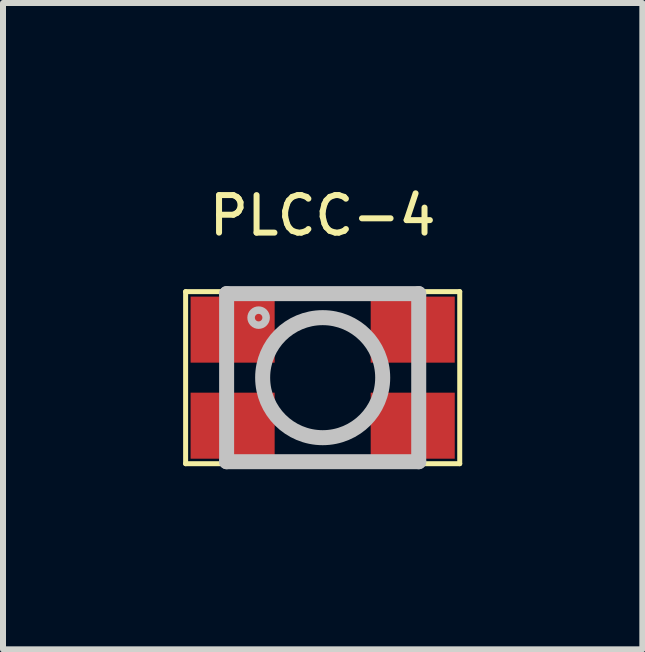
<source format=kicad_pcb>
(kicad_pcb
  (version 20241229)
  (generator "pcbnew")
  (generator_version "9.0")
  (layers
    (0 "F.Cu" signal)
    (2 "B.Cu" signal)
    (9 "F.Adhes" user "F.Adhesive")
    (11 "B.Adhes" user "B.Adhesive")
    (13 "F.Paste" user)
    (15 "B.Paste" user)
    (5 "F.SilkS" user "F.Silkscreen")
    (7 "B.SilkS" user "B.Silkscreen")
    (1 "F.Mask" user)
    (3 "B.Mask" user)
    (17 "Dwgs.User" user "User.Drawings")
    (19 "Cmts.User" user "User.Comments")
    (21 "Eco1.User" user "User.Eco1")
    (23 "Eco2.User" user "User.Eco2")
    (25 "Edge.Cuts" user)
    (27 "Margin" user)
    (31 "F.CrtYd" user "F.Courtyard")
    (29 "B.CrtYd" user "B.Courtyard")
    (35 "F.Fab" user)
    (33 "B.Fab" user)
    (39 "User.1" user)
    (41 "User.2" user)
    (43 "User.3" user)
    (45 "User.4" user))
  (footprint "PLCC-4"
    (layer "F.Cu")
    (at 2.325 3.241)
    (property "Reference" "PLCC-4" (at 0 -2.7 0) (layer "F.SilkS") (effects (font (size 0.625 0.625) (thickness 0.1))))
    (attr through_hole)
    (fp_line (start -2.283 -1.433) (end -2.283 1.433) (stroke (width 0.083) (type solid)) (layer "F.SilkS"))
    (fp_line (start -2.283 1.433) (end 2.283 1.433) (stroke (width 0.083) (type solid)) (layer "F.SilkS"))
    (fp_line (start 2.283 -1.433) (end -2.283 -1.433) (stroke (width 0.083) (type solid)) (layer "F.SilkS"))
    (fp_line (start 2.283 1.433) (end 2.283 -1.433) (stroke (width 0.083) (type solid)) (layer "F.SilkS"))
    (fp_line (start -1.6 -1.4) (end -1.6 1.4) (stroke (width 0.25) (type solid)) (layer "Dwgs.User"))
    (fp_line (start -1.6 1.4) (end 1.6 1.4) (stroke (width 0.25) (type solid)) (layer "Dwgs.User"))
    (fp_line (start 1.6 -1.4) (end -1.6 -1.4) (stroke (width 0.25) (type solid)) (layer "Dwgs.User"))
    (fp_line (start 1.6 1.4) (end 1.6 -1.4) (stroke (width 0.25) (type solid)) (layer "Dwgs.User"))
    (fp_circle (center -1.067 -1) (end -0.978 -0.912) (stroke (width 0.125) (type solid)) (fill no) (layer "Dwgs.User"))
    (fp_circle (center 0 0) (end 0.707 0.707) (stroke (width 0.25) (type solid)) (fill no) (layer "Dwgs.User"))
    (pad "1" smd rect (at -1.5 -0.8) (size 1.4 1.1) (layers "F.Cu" "F.Mask" "F.Paste"))
    (pad "2" smd rect (at -1.5 0.8) (size 1.4 1.1) (layers "F.Cu" "F.Mask" "F.Paste"))
    (pad "3" smd rect (at 1.5 0.8) (size 1.4 1.1) (layers "F.Cu" "F.Mask" "F.Paste"))
    (pad "4" smd rect (at 1.5 -0.8) (size 1.4 1.1) (layers "F.Cu" "F.Mask" "F.Paste")))
  (gr_rect
    (start -3 -3)
    (end 7.65 7.766)
    (stroke (width 0.1) (type default))
    (fill no)
    (layer "Edge.Cuts")))
</source>
